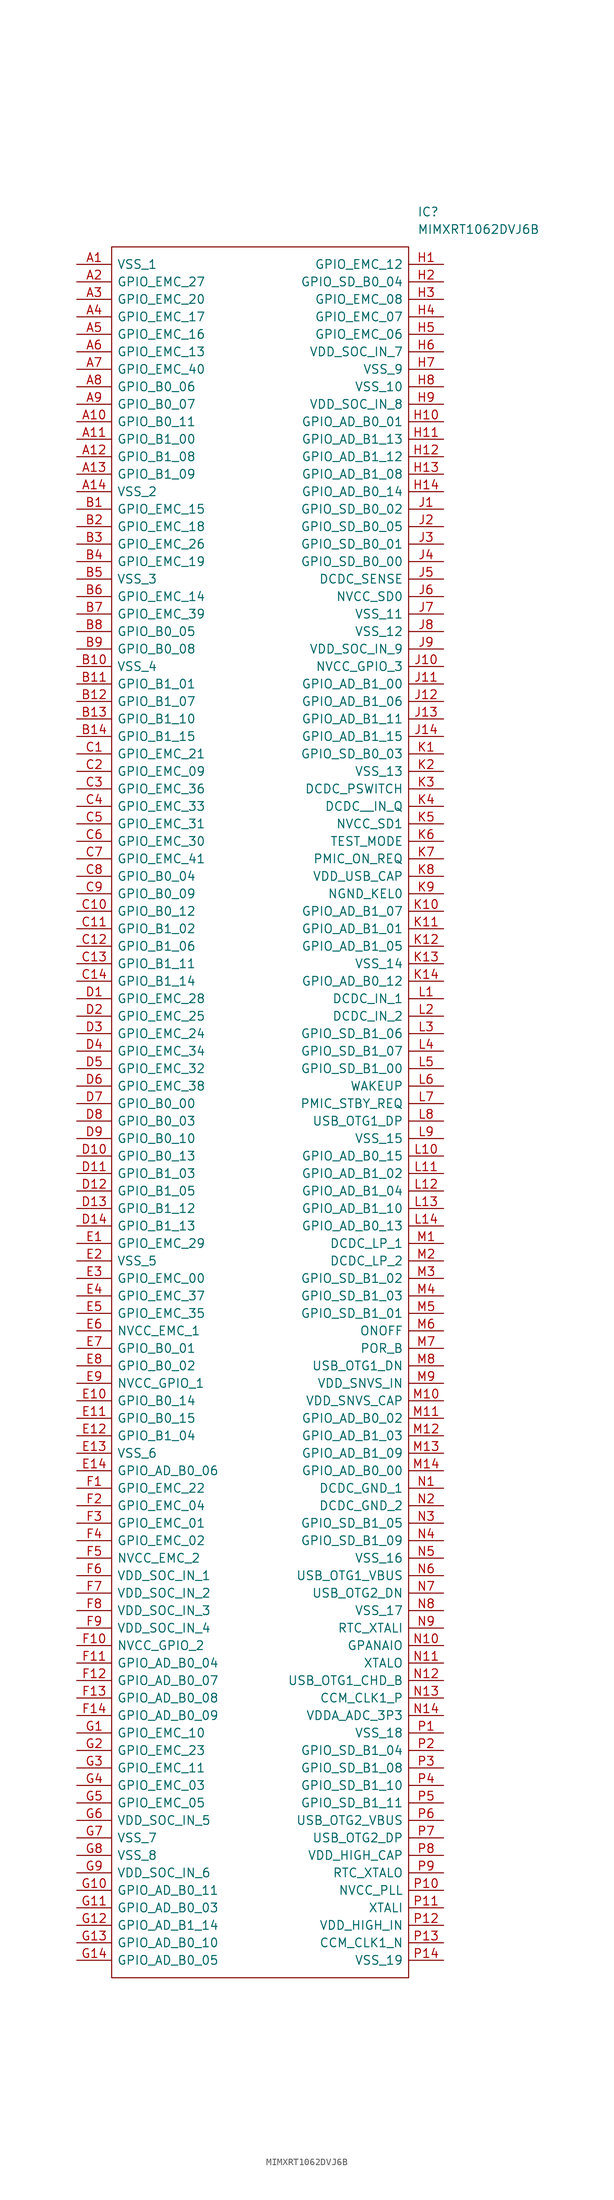
<source format=kicad_sym>
(kicad_symbol_lib
  (version 20211014)
  (generator kicad_symbol_editor)
  (symbol "MIMXRT1062DVJ6B:MIMXRT1062DVJ6B"
    (pin_names
      (offset 0.762))
    (property "Reference" "IC"
      (at 49.53 7.62 0)
      (effects (font (size 1.27 1.27)) (justify left)))
    (property "Value" "MIMXRT1062DVJ6B"
      (at 49.53 5.08 0)
      (effects (font (size 1.27 1.27)) (justify left)))
    (symbol "MIMXRT1062DVJ6B_0_0"
      (pin passive line (at 0 0 0) (length 5.08) (name "VSS_1" (effects (font (size 1.27 1.27)))) (number "A1" (effects (font (size 1.27 1.27)))))
      (pin passive line (at 0 -22.86 0) (length 5.08) (name "GPIO_B0_11" (effects (font (size 1.27 1.27)))) (number "A10" (effects (font (size 1.27 1.27)))))
      (pin passive line (at 0 -25.4 0) (length 5.08) (name "GPIO_B1_00" (effects (font (size 1.27 1.27)))) (number "A11" (effects (font (size 1.27 1.27)))))
      (pin passive line (at 0 -27.94 0) (length 5.08) (name "GPIO_B1_08" (effects (font (size 1.27 1.27)))) (number "A12" (effects (font (size 1.27 1.27)))))
      (pin passive line (at 0 -30.48 0) (length 5.08) (name "GPIO_B1_09" (effects (font (size 1.27 1.27)))) (number "A13" (effects (font (size 1.27 1.27)))))
      (pin passive line (at 0 -33.02 0) (length 5.08) (name "VSS_2" (effects (font (size 1.27 1.27)))) (number "A14" (effects (font (size 1.27 1.27)))))
      (pin passive line (at 0 -2.54 0) (length 5.08) (name "GPIO_EMC_27" (effects (font (size 1.27 1.27)))) (number "A2" (effects (font (size 1.27 1.27)))))
      (pin passive line (at 0 -5.08 0) (length 5.08) (name "GPIO_EMC_20" (effects (font (size 1.27 1.27)))) (number "A3" (effects (font (size 1.27 1.27)))))
      (pin passive line (at 0 -7.62 0) (length 5.08) (name "GPIO_EMC_17" (effects (font (size 1.27 1.27)))) (number "A4" (effects (font (size 1.27 1.27)))))
      (pin passive line (at 0 -10.16 0) (length 5.08) (name "GPIO_EMC_16" (effects (font (size 1.27 1.27)))) (number "A5" (effects (font (size 1.27 1.27)))))
      (pin passive line (at 0 -12.7 0) (length 5.08) (name "GPIO_EMC_13" (effects (font (size 1.27 1.27)))) (number "A6" (effects (font (size 1.27 1.27)))))
      (pin passive line (at 0 -15.24 0) (length 5.08) (name "GPIO_EMC_40" (effects (font (size 1.27 1.27)))) (number "A7" (effects (font (size 1.27 1.27)))))
      (pin passive line (at 0 -17.78 0) (length 5.08) (name "GPIO_B0_06" (effects (font (size 1.27 1.27)))) (number "A8" (effects (font (size 1.27 1.27)))))
      (pin passive line (at 0 -20.32 0) (length 5.08) (name "GPIO_B0_07" (effects (font (size 1.27 1.27)))) (number "A9" (effects (font (size 1.27 1.27)))))
      (pin passive line (at 0 -35.56 0) (length 5.08) (name "GPIO_EMC_15" (effects (font (size 1.27 1.27)))) (number "B1" (effects (font (size 1.27 1.27)))))
      (pin passive line (at 0 -58.42 0) (length 5.08) (name "VSS_4" (effects (font (size 1.27 1.27)))) (number "B10" (effects (font (size 1.27 1.27)))))
      (pin passive line (at 0 -60.96 0) (length 5.08) (name "GPIO_B1_01" (effects (font (size 1.27 1.27)))) (number "B11" (effects (font (size 1.27 1.27)))))
      (pin passive line (at 0 -63.5 0) (length 5.08) (name "GPIO_B1_07" (effects (font (size 1.27 1.27)))) (number "B12" (effects (font (size 1.27 1.27)))))
      (pin passive line (at 0 -66.04 0) (length 5.08) (name "GPIO_B1_10" (effects (font (size 1.27 1.27)))) (number "B13" (effects (font (size 1.27 1.27)))))
      (pin passive line (at 0 -68.58 0) (length 5.08) (name "GPIO_B1_15" (effects (font (size 1.27 1.27)))) (number "B14" (effects (font (size 1.27 1.27)))))
      (pin passive line (at 0 -38.1 0) (length 5.08) (name "GPIO_EMC_18" (effects (font (size 1.27 1.27)))) (number "B2" (effects (font (size 1.27 1.27)))))
      (pin passive line (at 0 -40.64 0) (length 5.08) (name "GPIO_EMC_26" (effects (font (size 1.27 1.27)))) (number "B3" (effects (font (size 1.27 1.27)))))
      (pin passive line (at 0 -43.18 0) (length 5.08) (name "GPIO_EMC_19" (effects (font (size 1.27 1.27)))) (number "B4" (effects (font (size 1.27 1.27)))))
      (pin passive line (at 0 -45.72 0) (length 5.08) (name "VSS_3" (effects (font (size 1.27 1.27)))) (number "B5" (effects (font (size 1.27 1.27)))))
      (pin passive line (at 0 -48.26 0) (length 5.08) (name "GPIO_EMC_14" (effects (font (size 1.27 1.27)))) (number "B6" (effects (font (size 1.27 1.27)))))
      (pin passive line (at 0 -50.8 0) (length 5.08) (name "GPIO_EMC_39" (effects (font (size 1.27 1.27)))) (number "B7" (effects (font (size 1.27 1.27)))))
      (pin passive line (at 0 -53.34 0) (length 5.08) (name "GPIO_B0_05" (effects (font (size 1.27 1.27)))) (number "B8" (effects (font (size 1.27 1.27)))))
      (pin passive line (at 0 -55.88 0) (length 5.08) (name "GPIO_B0_08" (effects (font (size 1.27 1.27)))) (number "B9" (effects (font (size 1.27 1.27)))))
      (pin passive line (at 0 -71.12 0) (length 5.08) (name "GPIO_EMC_21" (effects (font (size 1.27 1.27)))) (number "C1" (effects (font (size 1.27 1.27)))))
      (pin passive line (at 0 -93.98 0) (length 5.08) (name "GPIO_B0_12" (effects (font (size 1.27 1.27)))) (number "C10" (effects (font (size 1.27 1.27)))))
      (pin passive line (at 0 -96.52 0) (length 5.08) (name "GPIO_B1_02" (effects (font (size 1.27 1.27)))) (number "C11" (effects (font (size 1.27 1.27)))))
      (pin passive line (at 0 -99.06 0) (length 5.08) (name "GPIO_B1_06" (effects (font (size 1.27 1.27)))) (number "C12" (effects (font (size 1.27 1.27)))))
      (pin passive line (at 0 -101.6 0) (length 5.08) (name "GPIO_B1_11" (effects (font (size 1.27 1.27)))) (number "C13" (effects (font (size 1.27 1.27)))))
      (pin passive line (at 0 -104.14 0) (length 5.08) (name "GPIO_B1_14" (effects (font (size 1.27 1.27)))) (number "C14" (effects (font (size 1.27 1.27)))))
      (pin passive line (at 0 -73.66 0) (length 5.08) (name "GPIO_EMC_09" (effects (font (size 1.27 1.27)))) (number "C2" (effects (font (size 1.27 1.27)))))
      (pin passive line (at 0 -76.2 0) (length 5.08) (name "GPIO_EMC_36" (effects (font (size 1.27 1.27)))) (number "C3" (effects (font (size 1.27 1.27)))))
      (pin passive line (at 0 -78.74 0) (length 5.08) (name "GPIO_EMC_33" (effects (font (size 1.27 1.27)))) (number "C4" (effects (font (size 1.27 1.27)))))
      (pin passive line (at 0 -81.28 0) (length 5.08) (name "GPIO_EMC_31" (effects (font (size 1.27 1.27)))) (number "C5" (effects (font (size 1.27 1.27)))))
      (pin passive line (at 0 -83.82 0) (length 5.08) (name "GPIO_EMC_30" (effects (font (size 1.27 1.27)))) (number "C6" (effects (font (size 1.27 1.27)))))
      (pin passive line (at 0 -86.36 0) (length 5.08) (name "GPIO_EMC_41" (effects (font (size 1.27 1.27)))) (number "C7" (effects (font (size 1.27 1.27)))))
      (pin passive line (at 0 -88.9 0) (length 5.08) (name "GPIO_B0_04" (effects (font (size 1.27 1.27)))) (number "C8" (effects (font (size 1.27 1.27)))))
      (pin passive line (at 0 -91.44 0) (length 5.08) (name "GPIO_B0_09" (effects (font (size 1.27 1.27)))) (number "C9" (effects (font (size 1.27 1.27)))))
      (pin passive line (at 0 -106.68 0) (length 5.08) (name "GPIO_EMC_28" (effects (font (size 1.27 1.27)))) (number "D1" (effects (font (size 1.27 1.27)))))
      (pin passive line (at 0 -129.54 0) (length 5.08) (name "GPIO_B0_13" (effects (font (size 1.27 1.27)))) (number "D10" (effects (font (size 1.27 1.27)))))
      (pin passive line (at 0 -132.08 0) (length 5.08) (name "GPIO_B1_03" (effects (font (size 1.27 1.27)))) (number "D11" (effects (font (size 1.27 1.27)))))
      (pin passive line (at 0 -134.62 0) (length 5.08) (name "GPIO_B1_05" (effects (font (size 1.27 1.27)))) (number "D12" (effects (font (size 1.27 1.27)))))
      (pin passive line (at 0 -137.16 0) (length 5.08) (name "GPIO_B1_12" (effects (font (size 1.27 1.27)))) (number "D13" (effects (font (size 1.27 1.27)))))
      (pin passive line (at 0 -139.7 0) (length 5.08) (name "GPIO_B1_13" (effects (font (size 1.27 1.27)))) (number "D14" (effects (font (size 1.27 1.27)))))
      (pin passive line (at 0 -109.22 0) (length 5.08) (name "GPIO_EMC_25" (effects (font (size 1.27 1.27)))) (number "D2" (effects (font (size 1.27 1.27)))))
      (pin passive line (at 0 -111.76 0) (length 5.08) (name "GPIO_EMC_24" (effects (font (size 1.27 1.27)))) (number "D3" (effects (font (size 1.27 1.27)))))
      (pin passive line (at 0 -114.3 0) (length 5.08) (name "GPIO_EMC_34" (effects (font (size 1.27 1.27)))) (number "D4" (effects (font (size 1.27 1.27)))))
      (pin passive line (at 0 -116.84 0) (length 5.08) (name "GPIO_EMC_32" (effects (font (size 1.27 1.27)))) (number "D5" (effects (font (size 1.27 1.27)))))
      (pin passive line (at 0 -119.38 0) (length 5.08) (name "GPIO_EMC_38" (effects (font (size 1.27 1.27)))) (number "D6" (effects (font (size 1.27 1.27)))))
      (pin passive line (at 0 -121.92 0) (length 5.08) (name "GPIO_B0_00" (effects (font (size 1.27 1.27)))) (number "D7" (effects (font (size 1.27 1.27)))))
      (pin passive line (at 0 -124.46 0) (length 5.08) (name "GPIO_B0_03" (effects (font (size 1.27 1.27)))) (number "D8" (effects (font (size 1.27 1.27)))))
      (pin passive line (at 0 -127 0) (length 5.08) (name "GPIO_B0_10" (effects (font (size 1.27 1.27)))) (number "D9" (effects (font (size 1.27 1.27)))))
      (pin passive line (at 0 -142.24 0) (length 5.08) (name "GPIO_EMC_29" (effects (font (size 1.27 1.27)))) (number "E1" (effects (font (size 1.27 1.27)))))
      (pin passive line (at 0 -165.1 0) (length 5.08) (name "GPIO_B0_14" (effects (font (size 1.27 1.27)))) (number "E10" (effects (font (size 1.27 1.27)))))
      (pin passive line (at 0 -167.64 0) (length 5.08) (name "GPIO_B0_15" (effects (font (size 1.27 1.27)))) (number "E11" (effects (font (size 1.27 1.27)))))
      (pin passive line (at 0 -170.18 0) (length 5.08) (name "GPIO_B1_04" (effects (font (size 1.27 1.27)))) (number "E12" (effects (font (size 1.27 1.27)))))
      (pin passive line (at 0 -172.72 0) (length 5.08) (name "VSS_6" (effects (font (size 1.27 1.27)))) (number "E13" (effects (font (size 1.27 1.27)))))
      (pin passive line (at 0 -175.26 0) (length 5.08) (name "GPIO_AD_B0_06" (effects (font (size 1.27 1.27)))) (number "E14" (effects (font (size 1.27 1.27)))))
      (pin passive line (at 0 -144.78 0) (length 5.08) (name "VSS_5" (effects (font (size 1.27 1.27)))) (number "E2" (effects (font (size 1.27 1.27)))))
      (pin passive line (at 0 -147.32 0) (length 5.08) (name "GPIO_EMC_00" (effects (font (size 1.27 1.27)))) (number "E3" (effects (font (size 1.27 1.27)))))
      (pin passive line (at 0 -149.86 0) (length 5.08) (name "GPIO_EMC_37" (effects (font (size 1.27 1.27)))) (number "E4" (effects (font (size 1.27 1.27)))))
      (pin passive line (at 0 -152.4 0) (length 5.08) (name "GPIO_EMC_35" (effects (font (size 1.27 1.27)))) (number "E5" (effects (font (size 1.27 1.27)))))
      (pin passive line (at 0 -154.94 0) (length 5.08) (name "NVCC_EMC_1" (effects (font (size 1.27 1.27)))) (number "E6" (effects (font (size 1.27 1.27)))))
      (pin passive line (at 0 -157.48 0) (length 5.08) (name "GPIO_B0_01" (effects (font (size 1.27 1.27)))) (number "E7" (effects (font (size 1.27 1.27)))))
      (pin passive line (at 0 -160.02 0) (length 5.08) (name "GPIO_B0_02" (effects (font (size 1.27 1.27)))) (number "E8" (effects (font (size 1.27 1.27)))))
      (pin passive line (at 0 -162.56 0) (length 5.08) (name "NVCC_GPIO_1" (effects (font (size 1.27 1.27)))) (number "E9" (effects (font (size 1.27 1.27)))))
      (pin passive line (at 0 -177.8 0) (length 5.08) (name "GPIO_EMC_22" (effects (font (size 1.27 1.27)))) (number "F1" (effects (font (size 1.27 1.27)))))
      (pin passive line (at 0 -200.66 0) (length 5.08) (name "NVCC_GPIO_2" (effects (font (size 1.27 1.27)))) (number "F10" (effects (font (size 1.27 1.27)))))
      (pin passive line (at 0 -203.2 0) (length 5.08) (name "GPIO_AD_B0_04" (effects (font (size 1.27 1.27)))) (number "F11" (effects (font (size 1.27 1.27)))))
      (pin passive line (at 0 -205.74 0) (length 5.08) (name "GPIO_AD_B0_07" (effects (font (size 1.27 1.27)))) (number "F12" (effects (font (size 1.27 1.27)))))
      (pin passive line (at 0 -208.28 0) (length 5.08) (name "GPIO_AD_B0_08" (effects (font (size 1.27 1.27)))) (number "F13" (effects (font (size 1.27 1.27)))))
      (pin passive line (at 0 -210.82 0) (length 5.08) (name "GPIO_AD_B0_09" (effects (font (size 1.27 1.27)))) (number "F14" (effects (font (size 1.27 1.27)))))
      (pin passive line (at 0 -180.34 0) (length 5.08) (name "GPIO_EMC_04" (effects (font (size 1.27 1.27)))) (number "F2" (effects (font (size 1.27 1.27)))))
      (pin passive line (at 0 -182.88 0) (length 5.08) (name "GPIO_EMC_01" (effects (font (size 1.27 1.27)))) (number "F3" (effects (font (size 1.27 1.27)))))
      (pin passive line (at 0 -185.42 0) (length 5.08) (name "GPIO_EMC_02" (effects (font (size 1.27 1.27)))) (number "F4" (effects (font (size 1.27 1.27)))))
      (pin passive line (at 0 -187.96 0) (length 5.08) (name "NVCC_EMC_2" (effects (font (size 1.27 1.27)))) (number "F5" (effects (font (size 1.27 1.27)))))
      (pin passive line (at 0 -190.5 0) (length 5.08) (name "VDD_SOC_IN_1" (effects (font (size 1.27 1.27)))) (number "F6" (effects (font (size 1.27 1.27)))))
      (pin passive line (at 0 -193.04 0) (length 5.08) (name "VDD_SOC_IN_2" (effects (font (size 1.27 1.27)))) (number "F7" (effects (font (size 1.27 1.27)))))
      (pin passive line (at 0 -195.58 0) (length 5.08) (name "VDD_SOC_IN_3" (effects (font (size 1.27 1.27)))) (number "F8" (effects (font (size 1.27 1.27)))))
      (pin passive line (at 0 -198.12 0) (length 5.08) (name "VDD_SOC_IN_4" (effects (font (size 1.27 1.27)))) (number "F9" (effects (font (size 1.27 1.27)))))
      (pin passive line (at 0 -213.36 0) (length 5.08) (name "GPIO_EMC_10" (effects (font (size 1.27 1.27)))) (number "G1" (effects (font (size 1.27 1.27)))))
      (pin passive line (at 0 -236.22 0) (length 5.08) (name "GPIO_AD_B0_11" (effects (font (size 1.27 1.27)))) (number "G10" (effects (font (size 1.27 1.27)))))
      (pin passive line (at 0 -238.76 0) (length 5.08) (name "GPIO_AD_B0_03" (effects (font (size 1.27 1.27)))) (number "G11" (effects (font (size 1.27 1.27)))))
      (pin passive line (at 0 -241.3 0) (length 5.08) (name "GPIO_AD_B1_14" (effects (font (size 1.27 1.27)))) (number "G12" (effects (font (size 1.27 1.27)))))
      (pin passive line (at 0 -243.84 0) (length 5.08) (name "GPIO_AD_B0_10" (effects (font (size 1.27 1.27)))) (number "G13" (effects (font (size 1.27 1.27)))))
      (pin passive line (at 0 -246.38 0) (length 5.08) (name "GPIO_AD_B0_05" (effects (font (size 1.27 1.27)))) (number "G14" (effects (font (size 1.27 1.27)))))
      (pin passive line (at 0 -215.9 0) (length 5.08) (name "GPIO_EMC_23" (effects (font (size 1.27 1.27)))) (number "G2" (effects (font (size 1.27 1.27)))))
      (pin passive line (at 0 -218.44 0) (length 5.08) (name "GPIO_EMC_11" (effects (font (size 1.27 1.27)))) (number "G3" (effects (font (size 1.27 1.27)))))
      (pin passive line (at 0 -220.98 0) (length 5.08) (name "GPIO_EMC_03" (effects (font (size 1.27 1.27)))) (number "G4" (effects (font (size 1.27 1.27)))))
      (pin passive line (at 0 -223.52 0) (length 5.08) (name "GPIO_EMC_05" (effects (font (size 1.27 1.27)))) (number "G5" (effects (font (size 1.27 1.27)))))
      (pin passive line (at 0 -226.06 0) (length 5.08) (name "VDD_SOC_IN_5" (effects (font (size 1.27 1.27)))) (number "G6" (effects (font (size 1.27 1.27)))))
      (pin passive line (at 0 -228.6 0) (length 5.08) (name "VSS_7" (effects (font (size 1.27 1.27)))) (number "G7" (effects (font (size 1.27 1.27)))))
      (pin passive line (at 0 -231.14 0) (length 5.08) (name "VSS_8" (effects (font (size 1.27 1.27)))) (number "G8" (effects (font (size 1.27 1.27)))))
      (pin passive line (at 0 -233.68 0) (length 5.08) (name "VDD_SOC_IN_6" (effects (font (size 1.27 1.27)))) (number "G9" (effects (font (size 1.27 1.27)))))
      (pin passive line (at 53.34 0 180) (length 5.08) (name "GPIO_EMC_12" (effects (font (size 1.27 1.27)))) (number "H1" (effects (font (size 1.27 1.27)))))
      (pin passive line (at 53.34 -22.86 180) (length 5.08) (name "GPIO_AD_B0_01" (effects (font (size 1.27 1.27)))) (number "H10" (effects (font (size 1.27 1.27)))))
      (pin passive line (at 53.34 -25.4 180) (length 5.08) (name "GPIO_AD_B1_13" (effects (font (size 1.27 1.27)))) (number "H11" (effects (font (size 1.27 1.27)))))
      (pin passive line (at 53.34 -27.94 180) (length 5.08) (name "GPIO_AD_B1_12" (effects (font (size 1.27 1.27)))) (number "H12" (effects (font (size 1.27 1.27)))))
      (pin passive line (at 53.34 -30.48 180) (length 5.08) (name "GPIO_AD_B1_08" (effects (font (size 1.27 1.27)))) (number "H13" (effects (font (size 1.27 1.27)))))
      (pin passive line (at 53.34 -33.02 180) (length 5.08) (name "GPIO_AD_B0_14" (effects (font (size 1.27 1.27)))) (number "H14" (effects (font (size 1.27 1.27)))))
      (pin passive line (at 53.34 -2.54 180) (length 5.08) (name "GPIO_SD_B0_04" (effects (font (size 1.27 1.27)))) (number "H2" (effects (font (size 1.27 1.27)))))
      (pin passive line (at 53.34 -5.08 180) (length 5.08) (name "GPIO_EMC_08" (effects (font (size 1.27 1.27)))) (number "H3" (effects (font (size 1.27 1.27)))))
      (pin passive line (at 53.34 -7.62 180) (length 5.08) (name "GPIO_EMC_07" (effects (font (size 1.27 1.27)))) (number "H4" (effects (font (size 1.27 1.27)))))
      (pin passive line (at 53.34 -10.16 180) (length 5.08) (name "GPIO_EMC_06" (effects (font (size 1.27 1.27)))) (number "H5" (effects (font (size 1.27 1.27)))))
      (pin passive line (at 53.34 -12.7 180) (length 5.08) (name "VDD_SOC_IN_7" (effects (font (size 1.27 1.27)))) (number "H6" (effects (font (size 1.27 1.27)))))
      (pin passive line (at 53.34 -15.24 180) (length 5.08) (name "VSS_9" (effects (font (size 1.27 1.27)))) (number "H7" (effects (font (size 1.27 1.27)))))
      (pin passive line (at 53.34 -17.78 180) (length 5.08) (name "VSS_10" (effects (font (size 1.27 1.27)))) (number "H8" (effects (font (size 1.27 1.27)))))
      (pin passive line (at 53.34 -20.32 180) (length 5.08) (name "VDD_SOC_IN_8" (effects (font (size 1.27 1.27)))) (number "H9" (effects (font (size 1.27 1.27)))))
      (pin passive line (at 53.34 -35.56 180) (length 5.08) (name "GPIO_SD_B0_02" (effects (font (size 1.27 1.27)))) (number "J1" (effects (font (size 1.27 1.27)))))
      (pin passive line (at 53.34 -58.42 180) (length 5.08) (name "NVCC_GPIO_3" (effects (font (size 1.27 1.27)))) (number "J10" (effects (font (size 1.27 1.27)))))
      (pin passive line (at 53.34 -60.96 180) (length 5.08) (name "GPIO_AD_B1_00" (effects (font (size 1.27 1.27)))) (number "J11" (effects (font (size 1.27 1.27)))))
      (pin passive line (at 53.34 -63.5 180) (length 5.08) (name "GPIO_AD_B1_06" (effects (font (size 1.27 1.27)))) (number "J12" (effects (font (size 1.27 1.27)))))
      (pin passive line (at 53.34 -66.04 180) (length 5.08) (name "GPIO_AD_B1_11" (effects (font (size 1.27 1.27)))) (number "J13" (effects (font (size 1.27 1.27)))))
      (pin passive line (at 53.34 -68.58 180) (length 5.08) (name "GPIO_AD_B1_15" (effects (font (size 1.27 1.27)))) (number "J14" (effects (font (size 1.27 1.27)))))
      (pin passive line (at 53.34 -38.1 180) (length 5.08) (name "GPIO_SD_B0_05" (effects (font (size 1.27 1.27)))) (number "J2" (effects (font (size 1.27 1.27)))))
      (pin passive line (at 53.34 -40.64 180) (length 5.08) (name "GPIO_SD_B0_01" (effects (font (size 1.27 1.27)))) (number "J3" (effects (font (size 1.27 1.27)))))
      (pin passive line (at 53.34 -43.18 180) (length 5.08) (name "GPIO_SD_B0_00" (effects (font (size 1.27 1.27)))) (number "J4" (effects (font (size 1.27 1.27)))))
      (pin passive line (at 53.34 -45.72 180) (length 5.08) (name "DCDC_SENSE" (effects (font (size 1.27 1.27)))) (number "J5" (effects (font (size 1.27 1.27)))))
      (pin passive line (at 53.34 -48.26 180) (length 5.08) (name "NVCC_SD0" (effects (font (size 1.27 1.27)))) (number "J6" (effects (font (size 1.27 1.27)))))
      (pin passive line (at 53.34 -50.8 180) (length 5.08) (name "VSS_11" (effects (font (size 1.27 1.27)))) (number "J7" (effects (font (size 1.27 1.27)))))
      (pin passive line (at 53.34 -53.34 180) (length 5.08) (name "VSS_12" (effects (font (size 1.27 1.27)))) (number "J8" (effects (font (size 1.27 1.27)))))
      (pin passive line (at 53.34 -55.88 180) (length 5.08) (name "VDD_SOC_IN_9" (effects (font (size 1.27 1.27)))) (number "J9" (effects (font (size 1.27 1.27)))))
      (pin passive line (at 53.34 -71.12 180) (length 5.08) (name "GPIO_SD_B0_03" (effects (font (size 1.27 1.27)))) (number "K1" (effects (font (size 1.27 1.27)))))
      (pin passive line (at 53.34 -93.98 180) (length 5.08) (name "GPIO_AD_B1_07" (effects (font (size 1.27 1.27)))) (number "K10" (effects (font (size 1.27 1.27)))))
      (pin passive line (at 53.34 -96.52 180) (length 5.08) (name "GPIO_AD_B1_01" (effects (font (size 1.27 1.27)))) (number "K11" (effects (font (size 1.27 1.27)))))
      (pin passive line (at 53.34 -99.06 180) (length 5.08) (name "GPIO_AD_B1_05" (effects (font (size 1.27 1.27)))) (number "K12" (effects (font (size 1.27 1.27)))))
      (pin passive line (at 53.34 -101.6 180) (length 5.08) (name "VSS_14" (effects (font (size 1.27 1.27)))) (number "K13" (effects (font (size 1.27 1.27)))))
      (pin passive line (at 53.34 -104.14 180) (length 5.08) (name "GPIO_AD_B0_12" (effects (font (size 1.27 1.27)))) (number "K14" (effects (font (size 1.27 1.27)))))
      (pin passive line (at 53.34 -73.66 180) (length 5.08) (name "VSS_13" (effects (font (size 1.27 1.27)))) (number "K2" (effects (font (size 1.27 1.27)))))
      (pin passive line (at 53.34 -76.2 180) (length 5.08) (name "DCDC_PSWITCH" (effects (font (size 1.27 1.27)))) (number "K3" (effects (font (size 1.27 1.27)))))
      (pin passive line (at 53.34 -78.74 180) (length 5.08) (name "DCDC__IN_Q" (effects (font (size 1.27 1.27)))) (number "K4" (effects (font (size 1.27 1.27)))))
      (pin passive line (at 53.34 -81.28 180) (length 5.08) (name "NVCC_SD1" (effects (font (size 1.27 1.27)))) (number "K5" (effects (font (size 1.27 1.27)))))
      (pin passive line (at 53.34 -83.82 180) (length 5.08) (name "TEST_MODE" (effects (font (size 1.27 1.27)))) (number "K6" (effects (font (size 1.27 1.27)))))
      (pin passive line (at 53.34 -86.36 180) (length 5.08) (name "PMIC_ON_REQ" (effects (font (size 1.27 1.27)))) (number "K7" (effects (font (size 1.27 1.27)))))
      (pin passive line (at 53.34 -88.9 180) (length 5.08) (name "VDD_USB_CAP" (effects (font (size 1.27 1.27)))) (number "K8" (effects (font (size 1.27 1.27)))))
      (pin passive line (at 53.34 -91.44 180) (length 5.08) (name "NGND_KEL0" (effects (font (size 1.27 1.27)))) (number "K9" (effects (font (size 1.27 1.27)))))
      (pin passive line (at 53.34 -106.68 180) (length 5.08) (name "DCDC_IN_1" (effects (font (size 1.27 1.27)))) (number "L1" (effects (font (size 1.27 1.27)))))
      (pin passive line (at 53.34 -129.54 180) (length 5.08) (name "GPIO_AD_B0_15" (effects (font (size 1.27 1.27)))) (number "L10" (effects (font (size 1.27 1.27)))))
      (pin passive line (at 53.34 -132.08 180) (length 5.08) (name "GPIO_AD_B1_02" (effects (font (size 1.27 1.27)))) (number "L11" (effects (font (size 1.27 1.27)))))
      (pin passive line (at 53.34 -134.62 180) (length 5.08) (name "GPIO_AD_B1_04" (effects (font (size 1.27 1.27)))) (number "L12" (effects (font (size 1.27 1.27)))))
      (pin passive line (at 53.34 -137.16 180) (length 5.08) (name "GPIO_AD_B1_10" (effects (font (size 1.27 1.27)))) (number "L13" (effects (font (size 1.27 1.27)))))
      (pin passive line (at 53.34 -139.7 180) (length 5.08) (name "GPIO_AD_B0_13" (effects (font (size 1.27 1.27)))) (number "L14" (effects (font (size 1.27 1.27)))))
      (pin passive line (at 53.34 -109.22 180) (length 5.08) (name "DCDC_IN_2" (effects (font (size 1.27 1.27)))) (number "L2" (effects (font (size 1.27 1.27)))))
      (pin passive line (at 53.34 -111.76 180) (length 5.08) (name "GPIO_SD_B1_06" (effects (font (size 1.27 1.27)))) (number "L3" (effects (font (size 1.27 1.27)))))
      (pin passive line (at 53.34 -114.3 180) (length 5.08) (name "GPIO_SD_B1_07" (effects (font (size 1.27 1.27)))) (number "L4" (effects (font (size 1.27 1.27)))))
      (pin passive line (at 53.34 -116.84 180) (length 5.08) (name "GPIO_SD_B1_00" (effects (font (size 1.27 1.27)))) (number "L5" (effects (font (size 1.27 1.27)))))
      (pin passive line (at 53.34 -119.38 180) (length 5.08) (name "WAKEUP" (effects (font (size 1.27 1.27)))) (number "L6" (effects (font (size 1.27 1.27)))))
      (pin passive line (at 53.34 -121.92 180) (length 5.08) (name "PMIC_STBY_REQ" (effects (font (size 1.27 1.27)))) (number "L7" (effects (font (size 1.27 1.27)))))
      (pin passive line (at 53.34 -124.46 180) (length 5.08) (name "USB_OTG1_DP" (effects (font (size 1.27 1.27)))) (number "L8" (effects (font (size 1.27 1.27)))))
      (pin passive line (at 53.34 -127 180) (length 5.08) (name "VSS_15" (effects (font (size 1.27 1.27)))) (number "L9" (effects (font (size 1.27 1.27)))))
      (pin passive line (at 53.34 -142.24 180) (length 5.08) (name "DCDC_LP_1" (effects (font (size 1.27 1.27)))) (number "M1" (effects (font (size 1.27 1.27)))))
      (pin passive line (at 53.34 -165.1 180) (length 5.08) (name "VDD_SNVS_CAP" (effects (font (size 1.27 1.27)))) (number "M10" (effects (font (size 1.27 1.27)))))
      (pin passive line (at 53.34 -167.64 180) (length 5.08) (name "GPIO_AD_B0_02" (effects (font (size 1.27 1.27)))) (number "M11" (effects (font (size 1.27 1.27)))))
      (pin passive line (at 53.34 -170.18 180) (length 5.08) (name "GPIO_AD_B1_03" (effects (font (size 1.27 1.27)))) (number "M12" (effects (font (size 1.27 1.27)))))
      (pin passive line (at 53.34 -172.72 180) (length 5.08) (name "GPIO_AD_B1_09" (effects (font (size 1.27 1.27)))) (number "M13" (effects (font (size 1.27 1.27)))))
      (pin passive line (at 53.34 -175.26 180) (length 5.08) (name "GPIO_AD_B0_00" (effects (font (size 1.27 1.27)))) (number "M14" (effects (font (size 1.27 1.27)))))
      (pin passive line (at 53.34 -144.78 180) (length 5.08) (name "DCDC_LP_2" (effects (font (size 1.27 1.27)))) (number "M2" (effects (font (size 1.27 1.27)))))
      (pin passive line (at 53.34 -147.32 180) (length 5.08) (name "GPIO_SD_B1_02" (effects (font (size 1.27 1.27)))) (number "M3" (effects (font (size 1.27 1.27)))))
      (pin passive line (at 53.34 -149.86 180) (length 5.08) (name "GPIO_SD_B1_03" (effects (font (size 1.27 1.27)))) (number "M4" (effects (font (size 1.27 1.27)))))
      (pin passive line (at 53.34 -152.4 180) (length 5.08) (name "GPIO_SD_B1_01" (effects (font (size 1.27 1.27)))) (number "M5" (effects (font (size 1.27 1.27)))))
      (pin passive line (at 53.34 -154.94 180) (length 5.08) (name "ONOFF" (effects (font (size 1.27 1.27)))) (number "M6" (effects (font (size 1.27 1.27)))))
      (pin passive line (at 53.34 -157.48 180) (length 5.08) (name "POR_B" (effects (font (size 1.27 1.27)))) (number "M7" (effects (font (size 1.27 1.27)))))
      (pin passive line (at 53.34 -160.02 180) (length 5.08) (name "USB_OTG1_DN" (effects (font (size 1.27 1.27)))) (number "M8" (effects (font (size 1.27 1.27)))))
      (pin passive line (at 53.34 -162.56 180) (length 5.08) (name "VDD_SNVS_IN" (effects (font (size 1.27 1.27)))) (number "M9" (effects (font (size 1.27 1.27)))))
      (pin passive line (at 53.34 -177.8 180) (length 5.08) (name "DCDC_GND_1" (effects (font (size 1.27 1.27)))) (number "N1" (effects (font (size 1.27 1.27)))))
      (pin passive line (at 53.34 -200.66 180) (length 5.08) (name "GPANAIO" (effects (font (size 1.27 1.27)))) (number "N10" (effects (font (size 1.27 1.27)))))
      (pin passive line (at 53.34 -203.2 180) (length 5.08) (name "XTALO" (effects (font (size 1.27 1.27)))) (number "N11" (effects (font (size 1.27 1.27)))))
      (pin passive line (at 53.34 -205.74 180) (length 5.08) (name "USB_OTG1_CHD_B" (effects (font (size 1.27 1.27)))) (number "N12" (effects (font (size 1.27 1.27)))))
      (pin passive line (at 53.34 -208.28 180) (length 5.08) (name "CCM_CLK1_P" (effects (font (size 1.27 1.27)))) (number "N13" (effects (font (size 1.27 1.27)))))
      (pin passive line (at 53.34 -210.82 180) (length 5.08) (name "VDDA_ADC_3P3" (effects (font (size 1.27 1.27)))) (number "N14" (effects (font (size 1.27 1.27)))))
      (pin passive line (at 53.34 -180.34 180) (length 5.08) (name "DCDC_GND_2" (effects (font (size 1.27 1.27)))) (number "N2" (effects (font (size 1.27 1.27)))))
      (pin passive line (at 53.34 -182.88 180) (length 5.08) (name "GPIO_SD_B1_05" (effects (font (size 1.27 1.27)))) (number "N3" (effects (font (size 1.27 1.27)))))
      (pin passive line (at 53.34 -185.42 180) (length 5.08) (name "GPIO_SD_B1_09" (effects (font (size 1.27 1.27)))) (number "N4" (effects (font (size 1.27 1.27)))))
      (pin passive line (at 53.34 -187.96 180) (length 5.08) (name "VSS_16" (effects (font (size 1.27 1.27)))) (number "N5" (effects (font (size 1.27 1.27)))))
      (pin passive line (at 53.34 -190.5 180) (length 5.08) (name "USB_OTG1_VBUS" (effects (font (size 1.27 1.27)))) (number "N6" (effects (font (size 1.27 1.27)))))
      (pin passive line (at 53.34 -193.04 180) (length 5.08) (name "USB_OTG2_DN" (effects (font (size 1.27 1.27)))) (number "N7" (effects (font (size 1.27 1.27)))))
      (pin passive line (at 53.34 -195.58 180) (length 5.08) (name "VSS_17" (effects (font (size 1.27 1.27)))) (number "N8" (effects (font (size 1.27 1.27)))))
      (pin passive line (at 53.34 -198.12 180) (length 5.08) (name "RTC_XTALI" (effects (font (size 1.27 1.27)))) (number "N9" (effects (font (size 1.27 1.27)))))
      (pin passive line (at 53.34 -213.36 180) (length 5.08) (name "VSS_18" (effects (font (size 1.27 1.27)))) (number "P1" (effects (font (size 1.27 1.27)))))
      (pin passive line (at 53.34 -236.22 180) (length 5.08) (name "NVCC_PLL" (effects (font (size 1.27 1.27)))) (number "P10" (effects (font (size 1.27 1.27)))))
      (pin passive line (at 53.34 -238.76 180) (length 5.08) (name "XTALI" (effects (font (size 1.27 1.27)))) (number "P11" (effects (font (size 1.27 1.27)))))
      (pin passive line (at 53.34 -241.3 180) (length 5.08) (name "VDD_HIGH_IN" (effects (font (size 1.27 1.27)))) (number "P12" (effects (font (size 1.27 1.27)))))
      (pin passive line (at 53.34 -243.84 180) (length 5.08) (name "CCM_CLK1_N" (effects (font (size 1.27 1.27)))) (number "P13" (effects (font (size 1.27 1.27)))))
      (pin passive line (at 53.34 -246.38 180) (length 5.08) (name "VSS_19" (effects (font (size 1.27 1.27)))) (number "P14" (effects (font (size 1.27 1.27)))))
      (pin passive line (at 53.34 -215.9 180) (length 5.08) (name "GPIO_SD_B1_04" (effects (font (size 1.27 1.27)))) (number "P2" (effects (font (size 1.27 1.27)))))
      (pin passive line (at 53.34 -218.44 180) (length 5.08) (name "GPIO_SD_B1_08" (effects (font (size 1.27 1.27)))) (number "P3" (effects (font (size 1.27 1.27)))))
      (pin passive line (at 53.34 -220.98 180) (length 5.08) (name "GPIO_SD_B1_10" (effects (font (size 1.27 1.27)))) (number "P4" (effects (font (size 1.27 1.27)))))
      (pin passive line (at 53.34 -223.52 180) (length 5.08) (name "GPIO_SD_B1_11" (effects (font (size 1.27 1.27)))) (number "P5" (effects (font (size 1.27 1.27)))))
      (pin passive line (at 53.34 -226.06 180) (length 5.08) (name "USB_OTG2_VBUS" (effects (font (size 1.27 1.27)))) (number "P6" (effects (font (size 1.27 1.27)))))
      (pin passive line (at 53.34 -228.6 180) (length 5.08) (name "USB_OTG2_DP" (effects (font (size 1.27 1.27)))) (number "P7" (effects (font (size 1.27 1.27)))))
      (pin passive line (at 53.34 -231.14 180) (length 5.08) (name "VDD_HIGH_CAP" (effects (font (size 1.27 1.27)))) (number "P8" (effects (font (size 1.27 1.27)))))
      (pin passive line (at 53.34 -233.68 180) (length 5.08) (name "RTC_XTALO" (effects (font (size 1.27 1.27)))) (number "P9" (effects (font (size 1.27 1.27))))))
    (symbol "MIMXRT1062DVJ6B_0_1"
      (polyline (pts (xy 5.08 2.54) (xy 48.26 2.54) (xy 48.26 -248.92) (xy 5.08 -248.92) (xy 5.08 2.54)) (stroke (width 0.152) (type default) (color 0 0 0 0)) (fill (type none))))))
</source>
